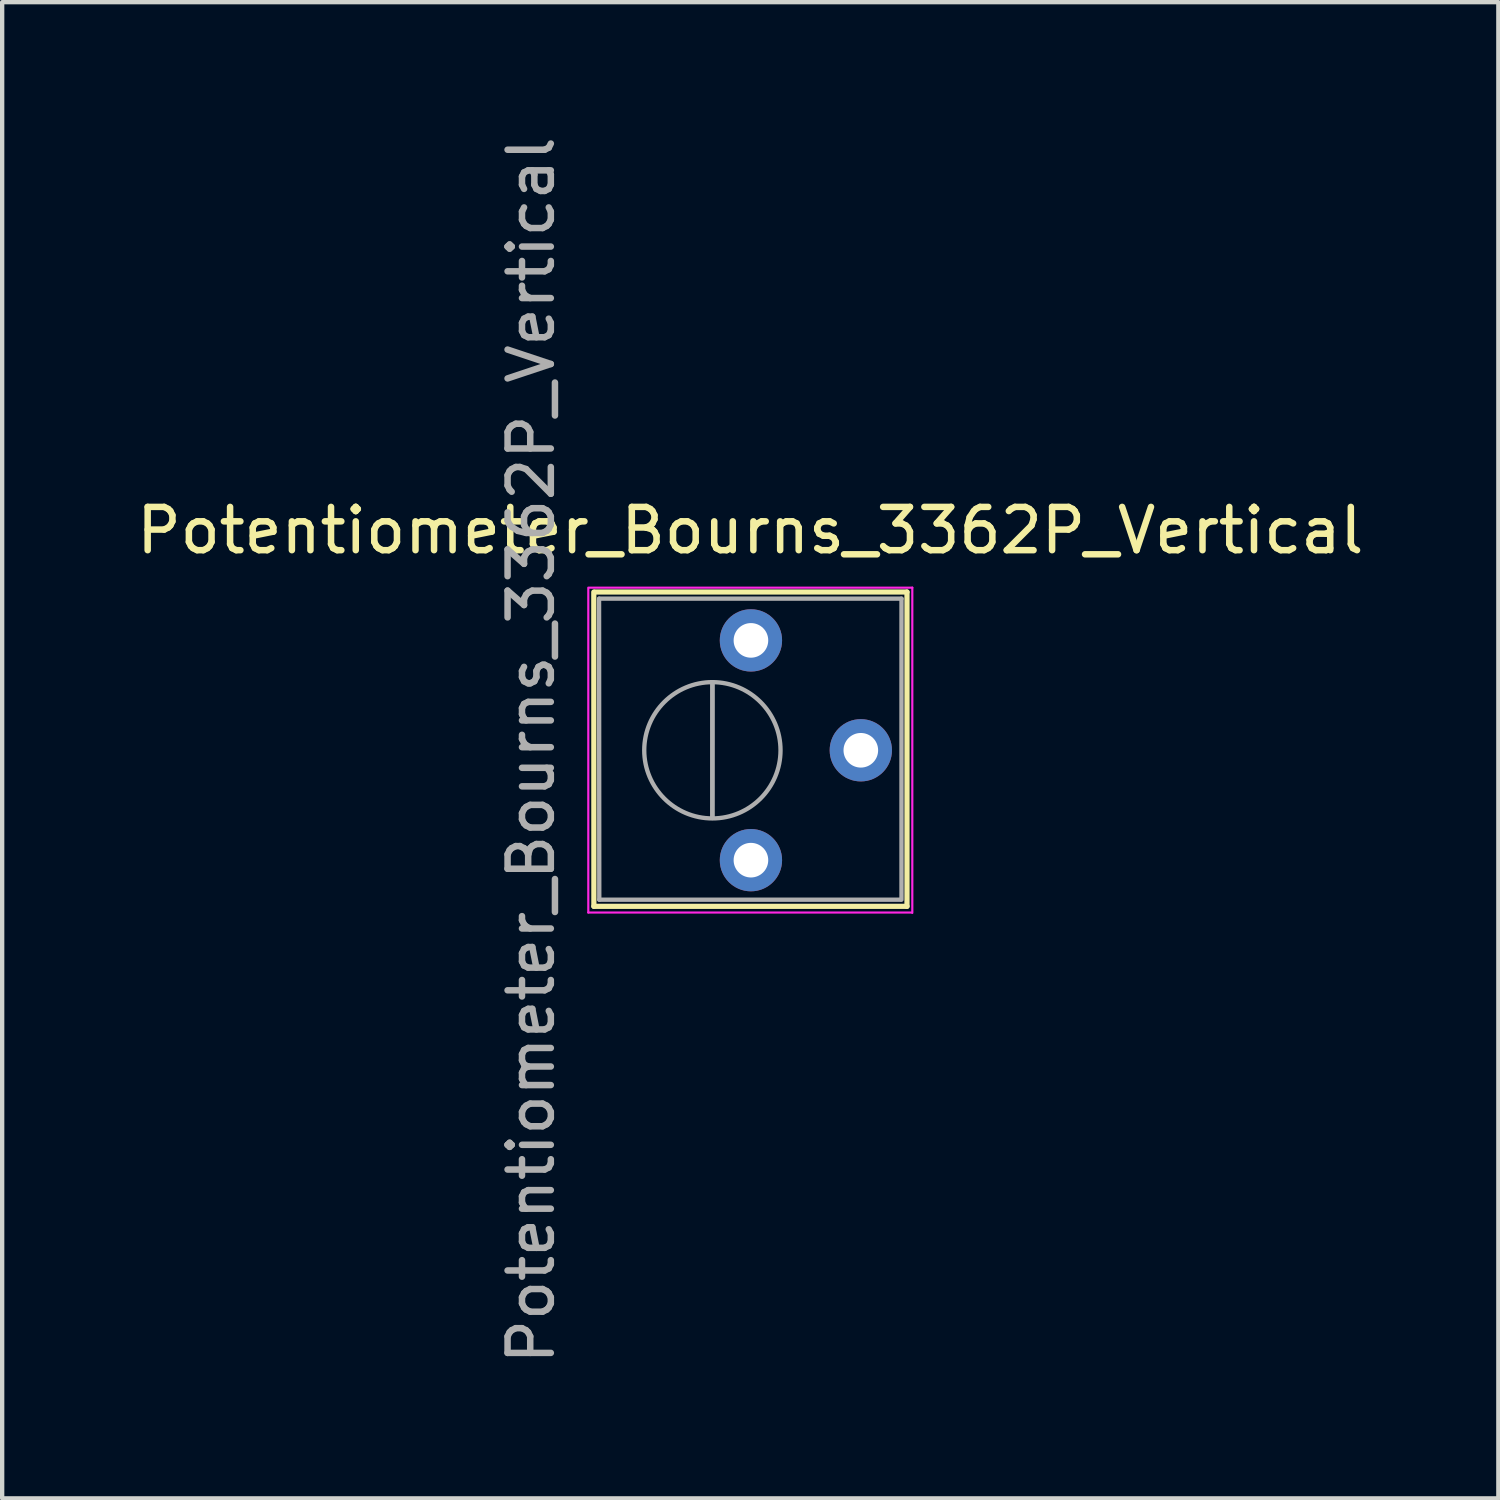
<source format=kicad_pcb>
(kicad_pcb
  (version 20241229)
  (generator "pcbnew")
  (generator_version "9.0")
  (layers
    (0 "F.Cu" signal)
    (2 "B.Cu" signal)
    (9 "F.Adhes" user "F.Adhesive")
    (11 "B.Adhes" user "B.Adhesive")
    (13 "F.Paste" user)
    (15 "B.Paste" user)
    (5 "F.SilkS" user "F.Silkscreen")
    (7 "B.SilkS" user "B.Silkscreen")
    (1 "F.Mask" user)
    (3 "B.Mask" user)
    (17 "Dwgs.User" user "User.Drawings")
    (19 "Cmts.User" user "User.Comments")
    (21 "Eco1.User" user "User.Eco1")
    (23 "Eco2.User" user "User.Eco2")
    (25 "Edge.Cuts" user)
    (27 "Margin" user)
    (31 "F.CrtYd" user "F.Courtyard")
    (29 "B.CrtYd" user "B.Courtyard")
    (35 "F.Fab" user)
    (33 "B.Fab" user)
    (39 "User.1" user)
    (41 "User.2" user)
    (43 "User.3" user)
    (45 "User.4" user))
  (footprint "Potentiometer_Bourns_3362P_Vertical"
    (layer "F.Cu")
    (at 14.307 16.832)
    (property "Reference" "Potentiometer_Bourns_3362P_Vertical" (at -0.015 -7.62 0) (layer "F.SilkS") (effects (font (size 1 1) (thickness 0.15))))
    (attr through_hole)
    (fp_line (start -3.632 -6.198) (end -3.63 1.067) (stroke (width 0.12) (type solid)) (layer "F.SilkS"))
    (fp_line (start -3.63 1.067) (end 3.607 1.067) (stroke (width 0.12) (type solid)) (layer "F.SilkS"))
    (fp_line (start -3.607 -6.198) (end 3.607 -6.198) (stroke (width 0.12) (type solid)) (layer "F.SilkS"))
    (fp_line (start 3.607 -6.198) (end 3.607 1.067) (stroke (width 0.12) (type solid)) (layer "F.SilkS"))
    (fp_line (start -3.759 -6.274) (end -3.759 1.21) (stroke (width 0.05) (type solid)) (layer "F.CrtYd"))
    (fp_line (start -3.759 1.21) (end 3.708 1.21) (stroke (width 0.05) (type solid)) (layer "F.CrtYd"))
    (fp_line (start 3.73 -6.299) (end -3.759 -6.299) (stroke (width 0.05) (type solid)) (layer "F.CrtYd"))
    (fp_line (start 3.73 1.219) (end 3.73 -6.299) (stroke (width 0.05) (type solid)) (layer "F.CrtYd"))
    (fp_line (start -3.51 -6.045) (end -3.505 0.914) (stroke (width 0.1) (type solid)) (layer "F.Fab"))
    (fp_line (start -3.505 0.914) (end 3.454 0.914) (stroke (width 0.1) (type solid)) (layer "F.Fab"))
    (fp_line (start -0.891 -0.98) (end -0.89 -4.099) (stroke (width 0.1) (type solid)) (layer "F.Fab"))
    (fp_line (start -0.891 -0.98) (end -0.89 -4.099) (stroke (width 0.1) (type solid)) (layer "F.Fab"))
    (fp_line (start 3.48 -6.045) (end -3.505 -6.045) (stroke (width 0.1) (type solid)) (layer "F.Fab"))
    (fp_line (start 3.48 0.914) (end 3.48 -6.045) (stroke (width 0.1) (type solid)) (layer "F.Fab"))
    (fp_circle (center -0.891 -2.54) (end 0.684 -2.54) (stroke (width 0.1) (type solid)) (fill no) (layer "F.Fab"))
    (fp_text user "${REFERENCE}" (at -5.08 -2.54 90) (layer "F.Fab") (effects (font (size 1 1) (thickness 0.15))))
    (pad "1" thru_hole circle (at 0 -5.08) (size 1.44 1.44) (drill 0.8) (layers "*.Cu" "*.Mask"))
    (pad "2" thru_hole circle (at 2.54 -2.54) (size 1.44 1.44) (drill 0.8) (layers "*.Cu" "*.Mask"))
    (pad "3" thru_hole circle (at 0 0) (size 1.44 1.44) (drill 0.8) (layers "*.Cu" "*.Mask")))
  (gr_rect
    (start -3 -3)
    (end 31.583 31.583)
    (stroke (width 0.1) (type default))
    (fill no)
    (layer "Edge.Cuts")))
</source>
